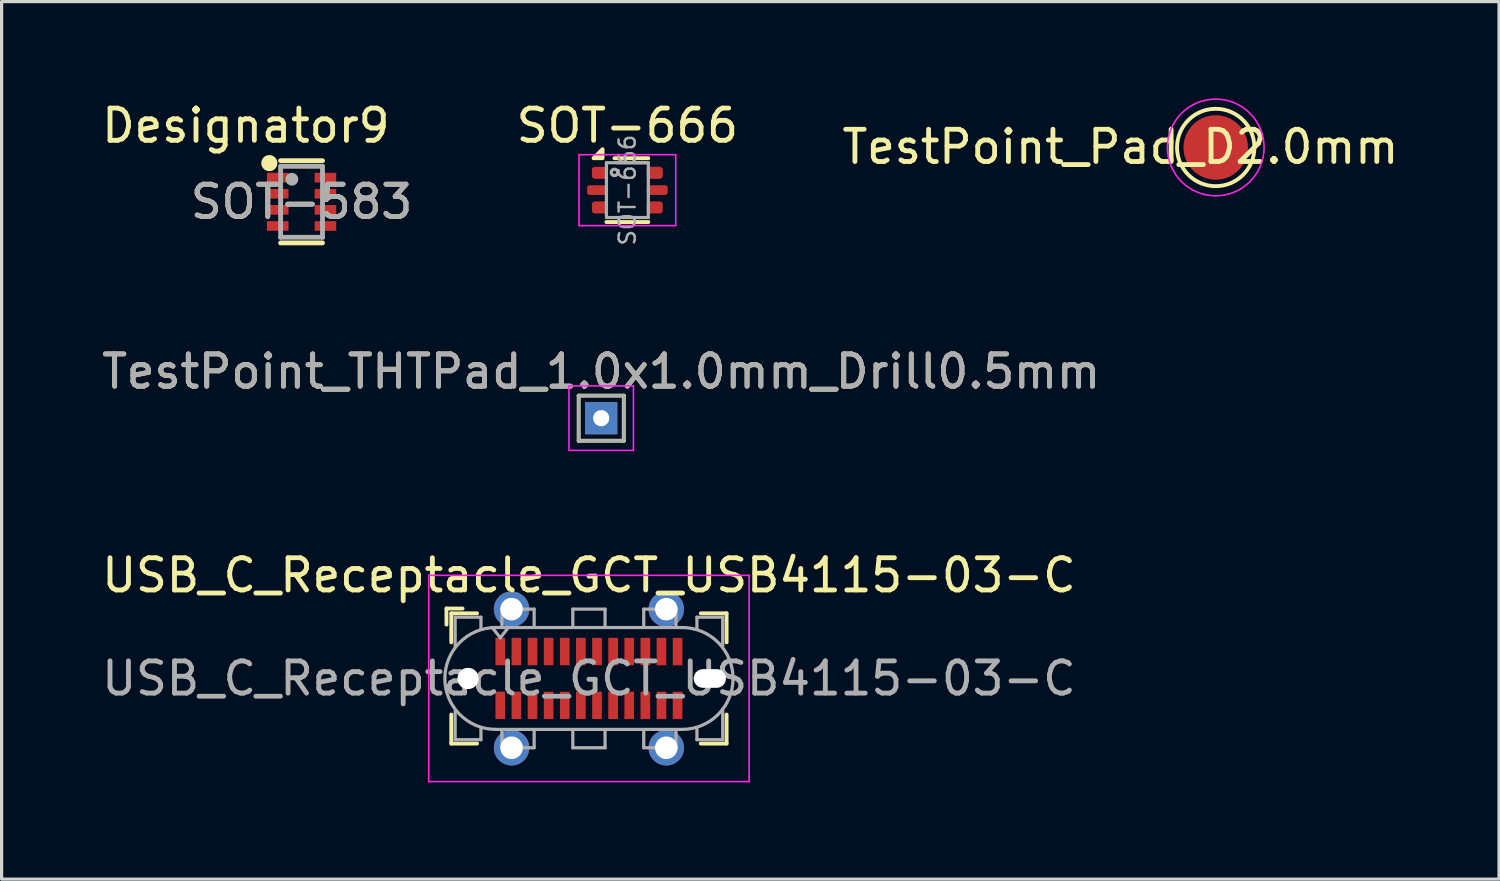
<source format=kicad_pcb>
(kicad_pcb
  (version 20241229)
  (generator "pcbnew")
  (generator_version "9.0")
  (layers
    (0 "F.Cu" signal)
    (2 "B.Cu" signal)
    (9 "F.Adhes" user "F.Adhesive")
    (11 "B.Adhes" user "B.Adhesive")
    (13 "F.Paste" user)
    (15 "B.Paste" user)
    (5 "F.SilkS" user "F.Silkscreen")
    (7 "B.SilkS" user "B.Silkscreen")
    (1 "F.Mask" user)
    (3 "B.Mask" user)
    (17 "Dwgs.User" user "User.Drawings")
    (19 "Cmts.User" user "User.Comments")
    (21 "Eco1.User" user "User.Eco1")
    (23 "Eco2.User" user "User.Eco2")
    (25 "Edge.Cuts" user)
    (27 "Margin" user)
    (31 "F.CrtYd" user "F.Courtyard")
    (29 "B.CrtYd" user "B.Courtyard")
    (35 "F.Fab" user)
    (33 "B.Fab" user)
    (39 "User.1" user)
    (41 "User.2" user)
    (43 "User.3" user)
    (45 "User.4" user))
  (footprint "USB_C_Receptacle_GCT_USB4115-03-C"
    (layer "F.Cu")
    (at 15.22 17.997)
    (property "Reference" "USB_C_Receptacle_GCT_USB4115-03-C" (at 0 -3.2 0) (layer "F.SilkS") (effects (font (size 1 1) (thickness 0.15))))
    (attr smd)
    (fp_line (start -4.42 -2.17) (end -4.42 -1.67) (stroke (width 0.12) (type solid)) (layer "F.SilkS"))
    (fp_line (start -4.42 -2.17) (end -3.92 -2.17) (stroke (width 0.12) (type solid)) (layer "F.SilkS"))
    (fp_line (start -4.27 -2.02) (end -4.27 -1.12) (stroke (width 0.12) (type solid)) (layer "F.SilkS"))
    (fp_line (start -4.27 -2.02) (end -3.47 -2.02) (stroke (width 0.12) (type solid)) (layer "F.SilkS"))
    (fp_line (start -4.27 2.02) (end -4.27 1.12) (stroke (width 0.12) (type solid)) (layer "F.SilkS"))
    (fp_line (start -4.27 2.02) (end -3.47 2.02) (stroke (width 0.12) (type solid)) (layer "F.SilkS"))
    (fp_line (start 4.27 -2.02) (end 3.47 -2.02) (stroke (width 0.12) (type solid)) (layer "F.SilkS"))
    (fp_line (start 4.27 -2.02) (end 4.27 -1.12) (stroke (width 0.12) (type solid)) (layer "F.SilkS"))
    (fp_line (start 4.27 2.02) (end 3.47 2.02) (stroke (width 0.12) (type solid)) (layer "F.SilkS"))
    (fp_line (start 4.27 2.02) (end 4.27 1.12) (stroke (width 0.12) (type solid)) (layer "F.SilkS"))
    (fp_line (start -4.97 -3.2) (end -4.97 3.2) (stroke (width 0.05) (type solid)) (layer "F.CrtYd"))
    (fp_line (start -4.97 3.2) (end 4.97 3.2) (stroke (width 0.05) (type solid)) (layer "F.CrtYd"))
    (fp_line (start 4.97 -3.2) (end -4.97 -3.2) (stroke (width 0.05) (type solid)) (layer "F.CrtYd"))
    (fp_line (start 4.97 3.2) (end 4.97 -3.2) (stroke (width 0.05) (type solid)) (layer "F.CrtYd"))
    (fp_line (start -4.15 -1.9) (end -4.15 -1) (stroke (width 0.1) (type solid)) (layer "F.Fab"))
    (fp_line (start -4.15 -1.9) (end -3.35 -1.9) (stroke (width 0.1) (type solid)) (layer "F.Fab"))
    (fp_line (start -4.15 1.9) (end -4.15 1) (stroke (width 0.1) (type solid)) (layer "F.Fab"))
    (fp_line (start -4.15 1.9) (end -3.35 1.9) (stroke (width 0.1) (type solid)) (layer "F.Fab"))
    (fp_line (start -3.35 -1.9) (end -3.35 -1.55) (stroke (width 0.1) (type solid)) (layer "F.Fab"))
    (fp_line (start -3.35 1.9) (end -3.35 1.55) (stroke (width 0.1) (type solid)) (layer "F.Fab"))
    (fp_line (start -2.89 1.58) (end 2.89 1.58) (stroke (width 0.1) (type solid)) (layer "F.Fab"))
    (fp_line (start -2.75 -1.26) (end -3 -1.58) (stroke (width 0.1) (type solid)) (layer "F.Fab"))
    (fp_line (start -2.7 -2.15) (end -1.7 -2.15) (stroke (width 0.1) (type solid)) (layer "F.Fab"))
    (fp_line (start -2.7 -1.6) (end -2.7 -2.15) (stroke (width 0.1) (type solid)) (layer "F.Fab"))
    (fp_line (start -2.7 1.6) (end -2.7 2.15) (stroke (width 0.1) (type solid)) (layer "F.Fab"))
    (fp_line (start -2.7 2.15) (end -1.7 2.15) (stroke (width 0.1) (type solid)) (layer "F.Fab"))
    (fp_line (start -2.5 -1.58) (end -2.75 -1.26) (stroke (width 0.1) (type solid)) (layer "F.Fab"))
    (fp_line (start -1.7 -2.15) (end -1.7 -1.6) (stroke (width 0.1) (type solid)) (layer "F.Fab"))
    (fp_line (start -1.7 2.15) (end -1.7 1.6) (stroke (width 0.1) (type solid)) (layer "F.Fab"))
    (fp_line (start -0.5 -2.15) (end 0.5 -2.15) (stroke (width 0.1) (type solid)) (layer "F.Fab"))
    (fp_line (start -0.5 -1.6) (end -0.5 -2.15) (stroke (width 0.1) (type solid)) (layer "F.Fab"))
    (fp_line (start -0.5 2.15) (end -0.5 1.6) (stroke (width 0.1) (type solid)) (layer "F.Fab"))
    (fp_line (start 0.5 -2.15) (end 0.5 -1.6) (stroke (width 0.1) (type solid)) (layer "F.Fab"))
    (fp_line (start 0.5 1.6) (end 0.5 2.15) (stroke (width 0.1) (type solid)) (layer "F.Fab"))
    (fp_line (start 0.5 2.15) (end -0.5 2.15) (stroke (width 0.1) (type solid)) (layer "F.Fab"))
    (fp_line (start 1.7 -2.15) (end 1.7 -1.6) (stroke (width 0.1) (type solid)) (layer "F.Fab"))
    (fp_line (start 1.7 2.15) (end 1.7 1.6) (stroke (width 0.1) (type solid)) (layer "F.Fab"))
    (fp_line (start 2.7 -2.15) (end 1.7 -2.15) (stroke (width 0.1) (type solid)) (layer "F.Fab"))
    (fp_line (start 2.7 -1.6) (end 2.7 -2.15) (stroke (width 0.1) (type solid)) (layer "F.Fab"))
    (fp_line (start 2.7 1.6) (end 2.7 2.15) (stroke (width 0.1) (type solid)) (layer "F.Fab"))
    (fp_line (start 2.7 2.15) (end 1.7 2.15) (stroke (width 0.1) (type solid)) (layer "F.Fab"))
    (fp_line (start 2.89 -1.58) (end -2.89 -1.58) (stroke (width 0.1) (type solid)) (layer "F.Fab"))
    (fp_line (start 3.35 -1.9) (end 3.35 -1.55) (stroke (width 0.1) (type solid)) (layer "F.Fab"))
    (fp_line (start 3.35 1.9) (end 3.35 1.55) (stroke (width 0.1) (type solid)) (layer "F.Fab"))
    (fp_line (start 4.15 -1.9) (end 3.35 -1.9) (stroke (width 0.1) (type solid)) (layer "F.Fab"))
    (fp_line (start 4.15 -1.9) (end 4.15 -1) (stroke (width 0.1) (type solid)) (layer "F.Fab"))
    (fp_line (start 4.15 1.9) (end 3.35 1.9) (stroke (width 0.1) (type solid)) (layer "F.Fab"))
    (fp_line (start 4.15 1.9) (end 4.15 1) (stroke (width 0.1) (type solid)) (layer "F.Fab"))
    (fp_arc (start -2.89 1.58) (mid -4.47 0) (end -2.89 -1.58) (stroke (width 0.1) (type solid)) (layer "F.Fab"))
    (fp_arc (start 2.89 -1.58) (mid 4.47 0) (end 2.89 1.58) (stroke (width 0.1) (type solid)) (layer "F.Fab"))
    (fp_text user "${REFERENCE}" (at 0 0 0) (unlocked yes) (layer "F.Fab") (effects (font (size 1 1) (thickness 0.15))))
    (pad "" np_thru_hole circle (at -3.75 0) (size 0.66 0.66) (drill 0.66) (layers "*.Cu" "*.Mask"))
    (pad "" np_thru_hole oval (at 3.75 0) (size 1 0.58) (drill oval 1 0.58) (layers "*.Cu" "*.Mask"))
    (pad "A1" smd rect (at -2.75 -0.835) (size 0.3 0.85) (layers "F.Cu" "F.Mask" "F.Paste"))
    (pad "A2" smd rect (at -2.25 -0.835) (size 0.3 0.85) (layers "F.Cu" "F.Mask" "F.Paste"))
    (pad "A3" smd rect (at -1.75 -0.835) (size 0.3 0.85) (layers "F.Cu" "F.Mask" "F.Paste"))
    (pad "A4" smd rect (at -1.25 -0.835) (size 0.3 0.85) (layers "F.Cu" "F.Mask" "F.Paste"))
    (pad "A5" smd rect (at -0.75 -0.835) (size 0.3 0.85) (layers "F.Cu" "F.Mask" "F.Paste"))
    (pad "A6" smd rect (at -0.25 -0.835) (size 0.3 0.85) (layers "F.Cu" "F.Mask" "F.Paste"))
    (pad "A7" smd rect (at 0.25 -0.835) (size 0.3 0.85) (layers "F.Cu" "F.Mask" "F.Paste"))
    (pad "A8" smd rect (at 0.75 -0.835) (size 0.3 0.85) (layers "F.Cu" "F.Mask" "F.Paste"))
    (pad "A9" smd rect (at 1.25 -0.835) (size 0.3 0.85) (layers "F.Cu" "F.Mask" "F.Paste"))
    (pad "A10" smd rect (at 1.75 -0.835) (size 0.3 0.85) (layers "F.Cu" "F.Mask" "F.Paste"))
    (pad "A11" smd rect (at 2.25 -0.835) (size 0.3 0.85) (layers "F.Cu" "F.Mask" "F.Paste"))
    (pad "A12" smd rect (at 2.75 -0.835) (size 0.3 0.85) (layers "F.Cu" "F.Mask" "F.Paste"))
    (pad "B1" smd rect (at 2.75 0.835) (size 0.3 0.85) (layers "F.Cu" "F.Mask" "F.Paste"))
    (pad "B2" smd rect (at 2.25 0.835) (size 0.3 0.85) (layers "F.Cu" "F.Mask" "F.Paste"))
    (pad "B3" smd rect (at 1.75 0.835) (size 0.3 0.85) (layers "F.Cu" "F.Mask" "F.Paste"))
    (pad "B4" smd rect (at 1.25 0.835) (size 0.3 0.85) (layers "F.Cu" "F.Mask" "F.Paste"))
    (pad "B5" smd rect (at 0.75 0.835) (size 0.3 0.85) (layers "F.Cu" "F.Mask" "F.Paste"))
    (pad "B6" smd rect (at 0.25 0.835) (size 0.3 0.85) (layers "F.Cu" "F.Mask" "F.Paste"))
    (pad "B7" smd rect (at -0.25 0.835) (size 0.3 0.85) (layers "F.Cu" "F.Mask" "F.Paste"))
    (pad "B8" smd rect (at -0.75 0.835) (size 0.3 0.85) (layers "F.Cu" "F.Mask" "F.Paste"))
    (pad "B9" smd rect (at -1.25 0.835) (size 0.3 0.85) (layers "F.Cu" "F.Mask" "F.Paste"))
    (pad "B10" smd rect (at -1.75 0.835) (size 0.3 0.85) (layers "F.Cu" "F.Mask" "F.Paste"))
    (pad "B11" smd rect (at -2.25 0.835) (size 0.3 0.85) (layers "F.Cu" "F.Mask" "F.Paste"))
    (pad "B12" smd rect (at -2.75 0.835) (size 0.3 0.85) (layers "F.Cu" "F.Mask" "F.Paste"))
    (pad "S1" thru_hole circle (at -2.4 -2.15) (size 1.1 1.1) (drill 0.7) (layers "*.Cu" "*.Mask" "F.Paste"))
    (pad "S1" thru_hole circle (at -2.4 2.15) (size 1.1 1.1) (drill 0.7) (layers "*.Cu" "*.Mask" "F.Paste"))
    (pad "S1" thru_hole circle (at 2.4 -2.15) (size 1.1 1.1) (drill 0.7) (layers "*.Cu" "*.Mask" "F.Paste"))
    (pad "S1" thru_hole circle (at 2.4 2.15) (size 1.1 1.1) (drill 0.7) (layers "*.Cu" "*.Mask" "F.Paste"))
    (zone (net_name "") (layer "F.Cu") (name "peg") (hatch full 0.508) (connect_pads) (min_thickness 0.254) (filled_areas_thickness no) (keepout (tracks allowed) (vias allowed) (pads not_allowed) (copperpour not_allowed) (footprints not_allowed)) (placement (enabled no)) (fill) (polygon (pts (xy 16.02 16.197) (xy 14.42 16.197) (xy 14.42 15.497) (xy 16.02 15.497))))
    (zone (net_name "") (layer "F.Cu") (name "peg") (hatch full 0.508) (connect_pads) (min_thickness 0.254) (filled_areas_thickness no) (keepout (tracks allowed) (vias allowed) (pads not_allowed) (copperpour not_allowed) (footprints not_allowed)) (placement (enabled no)) (fill) (polygon (pts (xy 16.02 20.497) (xy 14.42 20.497) (xy 14.42 19.797) (xy 16.02 19.797)))))
  (footprint "TestPoint_Pad_D2.0mm"
    (layer "F.Cu")
    (at 34.664 1.525)
    (property "Reference" "TestPoint_Pad_D2.0mm" (at -2.955 -0.02 0) (layer "F.SilkS") (effects (font (size 1 1) (thickness 0.15))))
    (attr exclude_from_pos_files)
    (fp_circle (center 0 0) (end 0 1.2) (stroke (width 0.12) (type solid)) (fill no) (layer "F.SilkS"))
    (fp_circle (center 0 0) (end 1.5 0) (stroke (width 0.05) (type solid)) (fill no) (layer "F.CrtYd"))
    (pad "1" smd circle (at 0 0) (size 2 2) (layers "F.Cu" "F.Mask")))
  (footprint "SOT-666"
    (layer "F.Cu")
    (at 16.412 2.848)
    (property "Reference" "SOT-666" (at 0 -2 0) (layer "F.SilkS") (effects (font (size 1 1) (thickness 0.15))))
    (attr smd)
    (fp_line (start 0.65 -0.99) (end -0.4 -0.99) (stroke (width 0.12) (type solid)) (layer "F.SilkS"))
    (fp_line (start 0.65 0.99) (end -0.65 0.99) (stroke (width 0.12) (type solid)) (layer "F.SilkS"))
    (fp_poly (pts (xy -0.77 -0.99) (xy -1.05 -0.99) (xy -0.77 -1.27) (xy -0.77 -0.99)) (stroke (width 0.12) (type solid)) (fill yes) (layer "F.SilkS"))
    (fp_line (start -1.5 -1.1) (end -1.5 1.1) (stroke (width 0.05) (type solid)) (layer "F.CrtYd"))
    (fp_line (start -1.5 -1.1) (end 1.5 -1.1) (stroke (width 0.05) (type solid)) (layer "F.CrtYd"))
    (fp_line (start -1.5 1.1) (end 1.5 1.1) (stroke (width 0.05) (type solid)) (layer "F.CrtYd"))
    (fp_line (start 1.5 1.1) (end 1.5 -1.1) (stroke (width 0.05) (type solid)) (layer "F.CrtYd"))
    (fp_line (start -0.65 -0.85) (end -0.65 0.8) (stroke (width 0.1) (type solid)) (layer "F.Fab"))
    (fp_line (start 0.6 -0.85) (end -0.65 -0.85) (stroke (width 0.1) (type solid)) (layer "F.Fab"))
    (fp_line (start 0.65 -0.85) (end -0.33 -0.85) (stroke (width 0.1) (type solid)) (layer "F.Fab"))
    (fp_line (start 0.65 -0.85) (end 0.65 0.85) (stroke (width 0.1) (type solid)) (layer "F.Fab"))
    (fp_line (start 0.65 0.85) (end -0.65 0.85) (stroke (width 0.1) (type solid)) (layer "F.Fab"))
    (fp_circle (center -0.4 -0.55) (end -0.3 -0.55) (stroke (width 0.1) (type solid)) (fill no) (layer "F.Fab"))
    (fp_text user "${REFERENCE}" (at 0 0 90) (layer "F.Fab") (effects (font (size 0.5 0.5) (thickness 0.075))))
    (pad "1" smd roundrect (at -0.85 -0.537) (size 0.5 0.375) (layers "F.Cu" "F.Mask" "F.Paste") (roundrect_rratio 0.25))
    (pad "2" smd roundrect (at -0.925 0) (size 0.65 0.3) (layers "F.Cu" "F.Mask" "F.Paste") (roundrect_rratio 0.25))
    (pad "3" smd roundrect (at -0.85 0.537) (size 0.5 0.375) (layers "F.Cu" "F.Mask" "F.Paste") (roundrect_rratio 0.25))
    (pad "4" smd roundrect (at 0.85 0.537) (size 0.5 0.375) (layers "F.Cu" "F.Mask" "F.Paste") (roundrect_rratio 0.25))
    (pad "5" smd roundrect (at 0.925 0) (size 0.65 0.3) (layers "F.Cu" "F.Mask" "F.Paste") (roundrect_rratio 0.25))
    (pad "6" smd roundrect (at 0.85 -0.537) (size 0.5 0.375) (layers "F.Cu" "F.Mask" "F.Paste") (roundrect_rratio 0.25)))
  (footprint "TestPoint_THTPad_1.0x1.0mm_Drill0.5mm"
    (layer "F.Cu")
    (at 15.601 9.923)
    (property "Reference" "TestPoint_THTPad_1.0x1.0mm_Drill0.5mm" (at 0 -1.448 0) (layer "F.SilkS") (effects (font (size 1 1) (thickness 0.15))))
    (attr exclude_from_pos_files exclude_from_bom)
    (fp_line (start -0.7 -0.7) (end 0.7 -0.7) (stroke (width 0.12) (type solid)) (layer "F.SilkS"))
    (fp_line (start -0.7 0.7) (end -0.7 -0.7) (stroke (width 0.12) (type solid)) (layer "F.SilkS"))
    (fp_line (start 0.7 -0.7) (end 0.7 0.7) (stroke (width 0.12) (type solid)) (layer "F.SilkS"))
    (fp_line (start 0.7 0.7) (end -0.7 0.7) (stroke (width 0.12) (type solid)) (layer "F.SilkS"))
    (fp_line (start -1 -1) (end -1 1) (stroke (width 0.05) (type solid)) (layer "F.CrtYd"))
    (fp_line (start -1 -1) (end 1 -1) (stroke (width 0.05) (type solid)) (layer "F.CrtYd"))
    (fp_line (start 1 1) (end -1 1) (stroke (width 0.05) (type solid)) (layer "F.CrtYd"))
    (fp_line (start 1 1) (end 1 -1) (stroke (width 0.05) (type solid)) (layer "F.CrtYd"))
    (fp_rect (start -0.7 -0.7) (end 0.7 0.7) (stroke (width 0.1) (type default)) (fill no) (layer "F.Fab"))
    (fp_text user "${REFERENCE}" (at 0 -1.45 0) (layer "F.Fab") (effects (font (size 1 1) (thickness 0.15))))
    (pad "1" thru_hole rect (at 0 0) (size 1 1) (drill 0.5) (layers "*.Cu" "*.Mask")))
  (footprint "SOT-583"
    (layer "F.Cu")
    (at 6.305 3.21)
    (property "Reference" "SOT-583" (at 0 0 0) (unlocked yes) (layer "F.SilkS") (effects (font (size 1 1) (thickness 0.15))))
    (attr smd)
    (fp_line (start -0.65 -1.275) (end 0.65 -1.275) (stroke (width 0.15) (type solid)) (layer "F.SilkS"))
    (fp_line (start -0.65 1.275) (end 0.65 1.275) (stroke (width 0.15) (type solid)) (layer "F.SilkS"))
    (fp_circle (center -1 -1.2) (end -0.875 -1.2) (stroke (width 0.25) (type solid)) (fill no) (layer "F.SilkS"))
    (fp_line (start -0.65 -1.1) (end 0.65 -1.1) (stroke (width 0.15) (type solid)) (layer "F.Fab"))
    (fp_line (start -0.65 1.1) (end -0.65 -1.1) (stroke (width 0.15) (type solid)) (layer "F.Fab"))
    (fp_line (start -0.65 1.1) (end 0.65 1.1) (stroke (width 0.15) (type solid)) (layer "F.Fab"))
    (fp_line (start 0.65 1.1) (end 0.65 -1.1) (stroke (width 0.15) (type solid)) (layer "F.Fab"))
    (fp_circle (center -0.3 -0.7) (end -0.2 -0.7) (stroke (width 0.2) (type solid)) (fill no) (layer "F.Fab"))
    (fp_text user "Designator9" (at -1.727 -2.362 0) (unlocked yes) (layer "F.SilkS") (effects (font (size 1 1) (thickness 0.15))))
    (fp_text user "${REFERENCE}" (at 0 0 0) (unlocked yes) (layer "F.Fab") (effects (font (size 1 1) (thickness 0.15))))
    (pad "1" smd rect (at -0.74 -0.75) (size 0.67 0.3) (layers "F.Cu" "F.Mask" "F.Paste"))
    (pad "2" smd rect (at -0.74 -0.25) (size 0.67 0.3) (layers "F.Cu" "F.Mask" "F.Paste"))
    (pad "3" smd rect (at -0.74 0.25) (size 0.67 0.3) (layers "F.Cu" "F.Mask" "F.Paste"))
    (pad "4" smd rect (at -0.74 0.75) (size 0.67 0.3) (layers "F.Cu" "F.Mask" "F.Paste"))
    (pad "5" smd rect (at 0.74 0.75) (size 0.67 0.3) (layers "F.Cu" "F.Mask" "F.Paste"))
    (pad "6" smd rect (at 0.74 0.25) (size 0.67 0.3) (layers "F.Cu" "F.Mask" "F.Paste"))
    (pad "7" smd rect (at 0.74 -0.25) (size 0.67 0.3) (layers "F.Cu" "F.Mask" "F.Paste"))
    (pad "8" smd rect (at 0.74 -0.75) (size 0.67 0.3) (layers "F.Cu" "F.Mask" "F.Paste")))
  (gr_rect
    (start -3 -3)
    (end 43.453 24.222)
    (stroke (width 0.1) (type default))
    (fill no)
    (layer "Edge.Cuts")))
</source>
